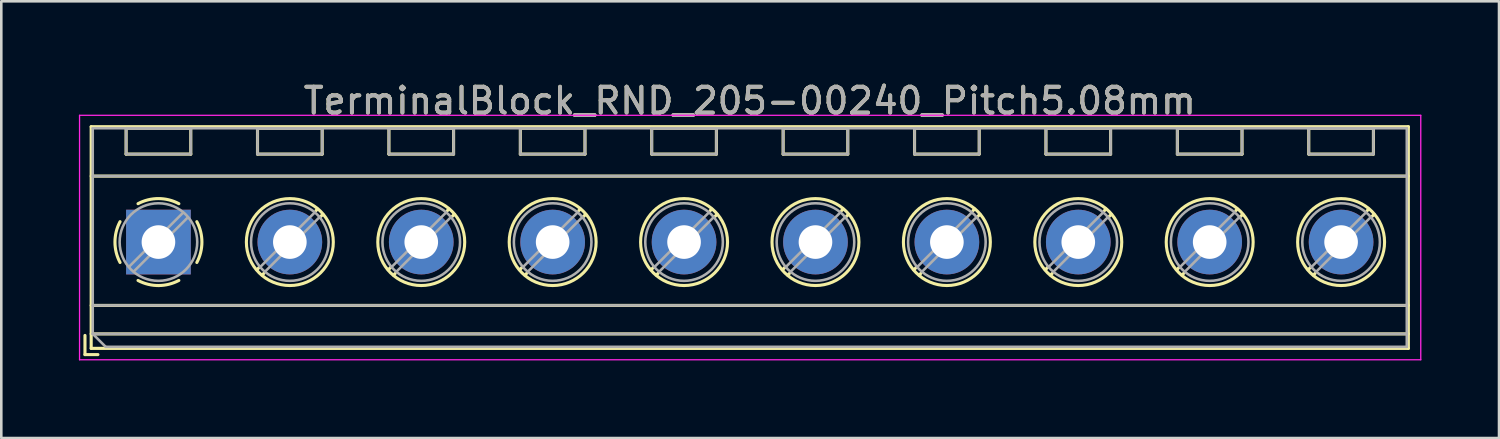
<source format=kicad_pcb>
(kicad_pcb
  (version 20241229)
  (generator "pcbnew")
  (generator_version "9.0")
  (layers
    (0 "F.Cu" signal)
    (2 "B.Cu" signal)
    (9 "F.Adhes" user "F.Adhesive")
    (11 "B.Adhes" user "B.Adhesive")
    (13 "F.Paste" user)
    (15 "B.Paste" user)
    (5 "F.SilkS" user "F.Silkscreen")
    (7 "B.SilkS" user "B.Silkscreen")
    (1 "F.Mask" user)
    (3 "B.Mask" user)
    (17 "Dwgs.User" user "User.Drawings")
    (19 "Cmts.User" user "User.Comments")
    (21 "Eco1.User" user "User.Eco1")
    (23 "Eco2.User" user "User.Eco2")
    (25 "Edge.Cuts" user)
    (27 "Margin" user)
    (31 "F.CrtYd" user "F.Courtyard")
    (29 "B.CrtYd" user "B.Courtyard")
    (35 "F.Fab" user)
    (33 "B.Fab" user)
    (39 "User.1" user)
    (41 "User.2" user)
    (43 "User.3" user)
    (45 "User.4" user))
  (footprint "TerminalBlock_RND_205-00240_Pitch5.08mm"
    (layer "F.Cu")
    (at 3.075 6.308)
    (property "Reference" "TerminalBlock_RND_205-00240_Pitch5.08mm" (at 22.86 -5.46 0) (layer "F.SilkS") (effects (font (size 1 1) (thickness 0.15))))
    (attr through_hole)
    (fp_line (start -2.84 3.61) (end -2.84 4.35) (stroke (width 0.12) (type solid)) (layer "F.SilkS"))
    (fp_line (start -2.84 4.35) (end -2.34 4.35) (stroke (width 0.12) (type solid)) (layer "F.SilkS"))
    (fp_line (start -2.6 -4.46) (end -2.6 4.11) (stroke (width 0.12) (type solid)) (layer "F.SilkS"))
    (fp_line (start -2.6 -2.55) (end 48.32 -2.55) (stroke (width 0.12) (type solid)) (layer "F.SilkS"))
    (fp_line (start -2.6 2.45) (end 48.32 2.45) (stroke (width 0.12) (type solid)) (layer "F.SilkS"))
    (fp_line (start -2.6 3.55) (end 48.32 3.55) (stroke (width 0.12) (type solid)) (layer "F.SilkS"))
    (fp_line (start -2.6 4.11) (end 48.32 4.11) (stroke (width 0.12) (type solid)) (layer "F.SilkS"))
    (fp_line (start -1.25 -4.4) (end -1.25 -3.4) (stroke (width 0.12) (type solid)) (layer "F.SilkS"))
    (fp_line (start -1.25 -4.4) (end 1.25 -4.4) (stroke (width 0.12) (type solid)) (layer "F.SilkS"))
    (fp_line (start -1.25 -3.4) (end 1.25 -3.4) (stroke (width 0.12) (type solid)) (layer "F.SilkS"))
    (fp_line (start 1.25 -4.4) (end 1.25 -3.4) (stroke (width 0.12) (type solid)) (layer "F.SilkS"))
    (fp_line (start 3.83 -4.4) (end 3.83 -3.4) (stroke (width 0.12) (type solid)) (layer "F.SilkS"))
    (fp_line (start 3.83 -4.4) (end 6.33 -4.4) (stroke (width 0.12) (type solid)) (layer "F.SilkS"))
    (fp_line (start 3.83 -3.4) (end 6.33 -3.4) (stroke (width 0.12) (type solid)) (layer "F.SilkS"))
    (fp_line (start 3.9 0.976) (end 3.806 1.069) (stroke (width 0.12) (type solid)) (layer "F.SilkS"))
    (fp_line (start 4.07 1.216) (end 4.011 1.274) (stroke (width 0.12) (type solid)) (layer "F.SilkS"))
    (fp_line (start 6.15 -1.275) (end 6.091 -1.216) (stroke (width 0.12) (type solid)) (layer "F.SilkS"))
    (fp_line (start 6.33 -4.4) (end 6.33 -3.4) (stroke (width 0.12) (type solid)) (layer "F.SilkS"))
    (fp_line (start 6.355 -1.069) (end 6.261 -0.976) (stroke (width 0.12) (type solid)) (layer "F.SilkS"))
    (fp_line (start 8.91 -4.4) (end 8.91 -3.4) (stroke (width 0.12) (type solid)) (layer "F.SilkS"))
    (fp_line (start 8.91 -4.4) (end 11.41 -4.4) (stroke (width 0.12) (type solid)) (layer "F.SilkS"))
    (fp_line (start 8.91 -3.4) (end 11.41 -3.4) (stroke (width 0.12) (type solid)) (layer "F.SilkS"))
    (fp_line (start 8.98 0.976) (end 8.886 1.069) (stroke (width 0.12) (type solid)) (layer "F.SilkS"))
    (fp_line (start 9.15 1.216) (end 9.091 1.274) (stroke (width 0.12) (type solid)) (layer "F.SilkS"))
    (fp_line (start 11.23 -1.275) (end 11.171 -1.216) (stroke (width 0.12) (type solid)) (layer "F.SilkS"))
    (fp_line (start 11.41 -4.4) (end 11.41 -3.4) (stroke (width 0.12) (type solid)) (layer "F.SilkS"))
    (fp_line (start 11.435 -1.069) (end 11.341 -0.976) (stroke (width 0.12) (type solid)) (layer "F.SilkS"))
    (fp_line (start 13.99 -4.4) (end 13.99 -3.4) (stroke (width 0.12) (type solid)) (layer "F.SilkS"))
    (fp_line (start 13.99 -4.4) (end 16.49 -4.4) (stroke (width 0.12) (type solid)) (layer "F.SilkS"))
    (fp_line (start 13.99 -3.4) (end 16.49 -3.4) (stroke (width 0.12) (type solid)) (layer "F.SilkS"))
    (fp_line (start 14.06 0.976) (end 13.966 1.069) (stroke (width 0.12) (type solid)) (layer "F.SilkS"))
    (fp_line (start 14.23 1.216) (end 14.171 1.274) (stroke (width 0.12) (type solid)) (layer "F.SilkS"))
    (fp_line (start 16.31 -1.275) (end 16.251 -1.216) (stroke (width 0.12) (type solid)) (layer "F.SilkS"))
    (fp_line (start 16.49 -4.4) (end 16.49 -3.4) (stroke (width 0.12) (type solid)) (layer "F.SilkS"))
    (fp_line (start 16.515 -1.069) (end 16.421 -0.976) (stroke (width 0.12) (type solid)) (layer "F.SilkS"))
    (fp_line (start 19.07 -4.4) (end 19.07 -3.4) (stroke (width 0.12) (type solid)) (layer "F.SilkS"))
    (fp_line (start 19.07 -4.4) (end 21.57 -4.4) (stroke (width 0.12) (type solid)) (layer "F.SilkS"))
    (fp_line (start 19.07 -3.4) (end 21.57 -3.4) (stroke (width 0.12) (type solid)) (layer "F.SilkS"))
    (fp_line (start 19.14 0.976) (end 19.046 1.069) (stroke (width 0.12) (type solid)) (layer "F.SilkS"))
    (fp_line (start 19.31 1.216) (end 19.251 1.274) (stroke (width 0.12) (type solid)) (layer "F.SilkS"))
    (fp_line (start 21.39 -1.275) (end 21.331 -1.216) (stroke (width 0.12) (type solid)) (layer "F.SilkS"))
    (fp_line (start 21.57 -4.4) (end 21.57 -3.4) (stroke (width 0.12) (type solid)) (layer "F.SilkS"))
    (fp_line (start 21.595 -1.069) (end 21.501 -0.976) (stroke (width 0.12) (type solid)) (layer "F.SilkS"))
    (fp_line (start 24.15 -4.4) (end 24.15 -3.4) (stroke (width 0.12) (type solid)) (layer "F.SilkS"))
    (fp_line (start 24.15 -4.4) (end 26.65 -4.4) (stroke (width 0.12) (type solid)) (layer "F.SilkS"))
    (fp_line (start 24.15 -3.4) (end 26.65 -3.4) (stroke (width 0.12) (type solid)) (layer "F.SilkS"))
    (fp_line (start 24.22 0.976) (end 24.126 1.069) (stroke (width 0.12) (type solid)) (layer "F.SilkS"))
    (fp_line (start 24.39 1.216) (end 24.331 1.274) (stroke (width 0.12) (type solid)) (layer "F.SilkS"))
    (fp_line (start 26.47 -1.275) (end 26.411 -1.216) (stroke (width 0.12) (type solid)) (layer "F.SilkS"))
    (fp_line (start 26.65 -4.4) (end 26.65 -3.4) (stroke (width 0.12) (type solid)) (layer "F.SilkS"))
    (fp_line (start 26.675 -1.069) (end 26.581 -0.976) (stroke (width 0.12) (type solid)) (layer "F.SilkS"))
    (fp_line (start 29.23 -4.4) (end 29.23 -3.4) (stroke (width 0.12) (type solid)) (layer "F.SilkS"))
    (fp_line (start 29.23 -4.4) (end 31.73 -4.4) (stroke (width 0.12) (type solid)) (layer "F.SilkS"))
    (fp_line (start 29.23 -3.4) (end 31.73 -3.4) (stroke (width 0.12) (type solid)) (layer "F.SilkS"))
    (fp_line (start 29.3 0.976) (end 29.206 1.069) (stroke (width 0.12) (type solid)) (layer "F.SilkS"))
    (fp_line (start 29.47 1.216) (end 29.411 1.274) (stroke (width 0.12) (type solid)) (layer "F.SilkS"))
    (fp_line (start 31.55 -1.275) (end 31.491 -1.216) (stroke (width 0.12) (type solid)) (layer "F.SilkS"))
    (fp_line (start 31.73 -4.4) (end 31.73 -3.4) (stroke (width 0.12) (type solid)) (layer "F.SilkS"))
    (fp_line (start 31.755 -1.069) (end 31.661 -0.976) (stroke (width 0.12) (type solid)) (layer "F.SilkS"))
    (fp_line (start 34.31 -4.4) (end 34.31 -3.4) (stroke (width 0.12) (type solid)) (layer "F.SilkS"))
    (fp_line (start 34.31 -4.4) (end 36.81 -4.4) (stroke (width 0.12) (type solid)) (layer "F.SilkS"))
    (fp_line (start 34.31 -3.4) (end 36.81 -3.4) (stroke (width 0.12) (type solid)) (layer "F.SilkS"))
    (fp_line (start 34.38 0.976) (end 34.286 1.069) (stroke (width 0.12) (type solid)) (layer "F.SilkS"))
    (fp_line (start 34.55 1.216) (end 34.491 1.274) (stroke (width 0.12) (type solid)) (layer "F.SilkS"))
    (fp_line (start 36.63 -1.275) (end 36.571 -1.216) (stroke (width 0.12) (type solid)) (layer "F.SilkS"))
    (fp_line (start 36.81 -4.4) (end 36.81 -3.4) (stroke (width 0.12) (type solid)) (layer "F.SilkS"))
    (fp_line (start 36.835 -1.069) (end 36.741 -0.976) (stroke (width 0.12) (type solid)) (layer "F.SilkS"))
    (fp_line (start 39.39 -4.4) (end 39.39 -3.4) (stroke (width 0.12) (type solid)) (layer "F.SilkS"))
    (fp_line (start 39.39 -4.4) (end 41.89 -4.4) (stroke (width 0.12) (type solid)) (layer "F.SilkS"))
    (fp_line (start 39.39 -3.4) (end 41.89 -3.4) (stroke (width 0.12) (type solid)) (layer "F.SilkS"))
    (fp_line (start 39.46 0.976) (end 39.366 1.069) (stroke (width 0.12) (type solid)) (layer "F.SilkS"))
    (fp_line (start 39.63 1.216) (end 39.571 1.274) (stroke (width 0.12) (type solid)) (layer "F.SilkS"))
    (fp_line (start 41.71 -1.275) (end 41.651 -1.216) (stroke (width 0.12) (type solid)) (layer "F.SilkS"))
    (fp_line (start 41.89 -4.4) (end 41.89 -3.4) (stroke (width 0.12) (type solid)) (layer "F.SilkS"))
    (fp_line (start 41.915 -1.069) (end 41.821 -0.976) (stroke (width 0.12) (type solid)) (layer "F.SilkS"))
    (fp_line (start 44.47 -4.4) (end 44.47 -3.4) (stroke (width 0.12) (type solid)) (layer "F.SilkS"))
    (fp_line (start 44.47 -4.4) (end 46.97 -4.4) (stroke (width 0.12) (type solid)) (layer "F.SilkS"))
    (fp_line (start 44.47 -3.4) (end 46.97 -3.4) (stroke (width 0.12) (type solid)) (layer "F.SilkS"))
    (fp_line (start 44.54 0.976) (end 44.446 1.069) (stroke (width 0.12) (type solid)) (layer "F.SilkS"))
    (fp_line (start 44.71 1.216) (end 44.651 1.274) (stroke (width 0.12) (type solid)) (layer "F.SilkS"))
    (fp_line (start 46.79 -1.275) (end 46.731 -1.216) (stroke (width 0.12) (type solid)) (layer "F.SilkS"))
    (fp_line (start 46.97 -4.4) (end 46.97 -3.4) (stroke (width 0.12) (type solid)) (layer "F.SilkS"))
    (fp_line (start 46.995 -1.069) (end 46.901 -0.976) (stroke (width 0.12) (type solid)) (layer "F.SilkS"))
    (fp_line (start 48.32 -4.46) (end -2.6 -4.46) (stroke (width 0.12) (type solid)) (layer "F.SilkS"))
    (fp_line (start 48.32 4.11) (end 48.32 -4.46) (stroke (width 0.12) (type solid)) (layer "F.SilkS"))
    (fp_arc (start -1.483953 0.789089) (mid -1.680708 0.00005) (end -1.484 -0.789) (stroke (width 0.12) (type solid)) (layer "F.SilkS"))
    (fp_arc (start -0.789089 -1.483953) (mid -0.00005 -1.680708) (end 0.789 -1.484) (stroke (width 0.12) (type solid)) (layer "F.SilkS"))
    (fp_arc (start 0.029383 1.68045) (mid -0.392304 1.634281) (end -0.789 1.484) (stroke (width 0.12) (type solid)) (layer "F.SilkS"))
    (fp_arc (start 0.788712 1.483352) (mid 0.406429 1.630097) (end 0 1.68) (stroke (width 0.12) (type solid)) (layer "F.SilkS"))
    (fp_arc (start 1.483953 -0.789089) (mid 1.680708 -0.00005) (end 1.484 0.789) (stroke (width 0.12) (type solid)) (layer "F.SilkS"))
    (fp_circle (center 5.08 0) (end 6.76 0) (stroke (width 0.12) (type solid)) (fill no) (layer "F.SilkS"))
    (fp_circle (center 10.16 0) (end 11.84 0) (stroke (width 0.12) (type solid)) (fill no) (layer "F.SilkS"))
    (fp_circle (center 15.24 0) (end 16.92 0) (stroke (width 0.12) (type solid)) (fill no) (layer "F.SilkS"))
    (fp_circle (center 20.32 0) (end 22 0) (stroke (width 0.12) (type solid)) (fill no) (layer "F.SilkS"))
    (fp_circle (center 25.4 0) (end 27.08 0) (stroke (width 0.12) (type solid)) (fill no) (layer "F.SilkS"))
    (fp_circle (center 30.48 0) (end 32.16 0) (stroke (width 0.12) (type solid)) (fill no) (layer "F.SilkS"))
    (fp_circle (center 35.56 0) (end 37.24 0) (stroke (width 0.12) (type solid)) (fill no) (layer "F.SilkS"))
    (fp_circle (center 40.64 0) (end 42.32 0) (stroke (width 0.12) (type solid)) (fill no) (layer "F.SilkS"))
    (fp_circle (center 45.72 0) (end 47.4 0) (stroke (width 0.12) (type solid)) (fill no) (layer "F.SilkS"))
    (fp_line (start -3.05 -4.9) (end -3.05 4.55) (stroke (width 0.05) (type solid)) (layer "F.CrtYd"))
    (fp_line (start -3.05 4.55) (end 48.8 4.55) (stroke (width 0.05) (type solid)) (layer "F.CrtYd"))
    (fp_line (start 48.8 -4.9) (end -3.05 -4.9) (stroke (width 0.05) (type solid)) (layer "F.CrtYd"))
    (fp_line (start 48.8 4.55) (end 48.8 -4.9) (stroke (width 0.05) (type solid)) (layer "F.CrtYd"))
    (fp_line (start -2.54 -4.4) (end 48.26 -4.4) (stroke (width 0.1) (type solid)) (layer "F.Fab"))
    (fp_line (start -2.54 -2.55) (end 48.26 -2.55) (stroke (width 0.1) (type solid)) (layer "F.Fab"))
    (fp_line (start -2.54 2.45) (end 48.26 2.45) (stroke (width 0.1) (type solid)) (layer "F.Fab"))
    (fp_line (start -2.54 3.55) (end -2.54 -4.4) (stroke (width 0.1) (type solid)) (layer "F.Fab"))
    (fp_line (start -2.54 3.55) (end 48.26 3.55) (stroke (width 0.1) (type solid)) (layer "F.Fab"))
    (fp_line (start -2.04 4.05) (end -2.54 3.55) (stroke (width 0.1) (type solid)) (layer "F.Fab"))
    (fp_line (start -1.25 -4.4) (end -1.25 -3.4) (stroke (width 0.1) (type solid)) (layer "F.Fab"))
    (fp_line (start -1.25 -3.4) (end 1.25 -3.4) (stroke (width 0.1) (type solid)) (layer "F.Fab"))
    (fp_line (start 0.955 -1.138) (end -1.138 0.955) (stroke (width 0.1) (type solid)) (layer "F.Fab"))
    (fp_line (start 1.138 -0.955) (end -0.955 1.138) (stroke (width 0.1) (type solid)) (layer "F.Fab"))
    (fp_line (start 1.25 -4.4) (end -1.25 -4.4) (stroke (width 0.1) (type solid)) (layer "F.Fab"))
    (fp_line (start 1.25 -3.4) (end 1.25 -4.4) (stroke (width 0.1) (type solid)) (layer "F.Fab"))
    (fp_line (start 3.83 -4.4) (end 3.83 -3.4) (stroke (width 0.1) (type solid)) (layer "F.Fab"))
    (fp_line (start 3.83 -3.4) (end 6.33 -3.4) (stroke (width 0.1) (type solid)) (layer "F.Fab"))
    (fp_line (start 6.035 -1.138) (end 3.943 0.955) (stroke (width 0.1) (type solid)) (layer "F.Fab"))
    (fp_line (start 6.218 -0.955) (end 4.126 1.138) (stroke (width 0.1) (type solid)) (layer "F.Fab"))
    (fp_line (start 6.33 -4.4) (end 3.83 -4.4) (stroke (width 0.1) (type solid)) (layer "F.Fab"))
    (fp_line (start 6.33 -3.4) (end 6.33 -4.4) (stroke (width 0.1) (type solid)) (layer "F.Fab"))
    (fp_line (start 8.91 -4.4) (end 8.91 -3.4) (stroke (width 0.1) (type solid)) (layer "F.Fab"))
    (fp_line (start 8.91 -3.4) (end 11.41 -3.4) (stroke (width 0.1) (type solid)) (layer "F.Fab"))
    (fp_line (start 11.115 -1.138) (end 9.023 0.955) (stroke (width 0.1) (type solid)) (layer "F.Fab"))
    (fp_line (start 11.298 -0.955) (end 9.206 1.138) (stroke (width 0.1) (type solid)) (layer "F.Fab"))
    (fp_line (start 11.41 -4.4) (end 8.91 -4.4) (stroke (width 0.1) (type solid)) (layer "F.Fab"))
    (fp_line (start 11.41 -3.4) (end 11.41 -4.4) (stroke (width 0.1) (type solid)) (layer "F.Fab"))
    (fp_line (start 13.99 -4.4) (end 13.99 -3.4) (stroke (width 0.1) (type solid)) (layer "F.Fab"))
    (fp_line (start 13.99 -3.4) (end 16.49 -3.4) (stroke (width 0.1) (type solid)) (layer "F.Fab"))
    (fp_line (start 16.195 -1.138) (end 14.103 0.955) (stroke (width 0.1) (type solid)) (layer "F.Fab"))
    (fp_line (start 16.378 -0.955) (end 14.286 1.138) (stroke (width 0.1) (type solid)) (layer "F.Fab"))
    (fp_line (start 16.49 -4.4) (end 13.99 -4.4) (stroke (width 0.1) (type solid)) (layer "F.Fab"))
    (fp_line (start 16.49 -3.4) (end 16.49 -4.4) (stroke (width 0.1) (type solid)) (layer "F.Fab"))
    (fp_line (start 19.07 -4.4) (end 19.07 -3.4) (stroke (width 0.1) (type solid)) (layer "F.Fab"))
    (fp_line (start 19.07 -3.4) (end 21.57 -3.4) (stroke (width 0.1) (type solid)) (layer "F.Fab"))
    (fp_line (start 21.275 -1.138) (end 19.183 0.955) (stroke (width 0.1) (type solid)) (layer "F.Fab"))
    (fp_line (start 21.458 -0.955) (end 19.366 1.138) (stroke (width 0.1) (type solid)) (layer "F.Fab"))
    (fp_line (start 21.57 -4.4) (end 19.07 -4.4) (stroke (width 0.1) (type solid)) (layer "F.Fab"))
    (fp_line (start 21.57 -3.4) (end 21.57 -4.4) (stroke (width 0.1) (type solid)) (layer "F.Fab"))
    (fp_line (start 24.15 -4.4) (end 24.15 -3.4) (stroke (width 0.1) (type solid)) (layer "F.Fab"))
    (fp_line (start 24.15 -3.4) (end 26.65 -3.4) (stroke (width 0.1) (type solid)) (layer "F.Fab"))
    (fp_line (start 26.355 -1.138) (end 24.263 0.955) (stroke (width 0.1) (type solid)) (layer "F.Fab"))
    (fp_line (start 26.538 -0.955) (end 24.446 1.138) (stroke (width 0.1) (type solid)) (layer "F.Fab"))
    (fp_line (start 26.65 -4.4) (end 24.15 -4.4) (stroke (width 0.1) (type solid)) (layer "F.Fab"))
    (fp_line (start 26.65 -3.4) (end 26.65 -4.4) (stroke (width 0.1) (type solid)) (layer "F.Fab"))
    (fp_line (start 29.23 -4.4) (end 29.23 -3.4) (stroke (width 0.1) (type solid)) (layer "F.Fab"))
    (fp_line (start 29.23 -3.4) (end 31.73 -3.4) (stroke (width 0.1) (type solid)) (layer "F.Fab"))
    (fp_line (start 31.435 -1.138) (end 29.343 0.955) (stroke (width 0.1) (type solid)) (layer "F.Fab"))
    (fp_line (start 31.618 -0.955) (end 29.526 1.138) (stroke (width 0.1) (type solid)) (layer "F.Fab"))
    (fp_line (start 31.73 -4.4) (end 29.23 -4.4) (stroke (width 0.1) (type solid)) (layer "F.Fab"))
    (fp_line (start 31.73 -3.4) (end 31.73 -4.4) (stroke (width 0.1) (type solid)) (layer "F.Fab"))
    (fp_line (start 34.31 -4.4) (end 34.31 -3.4) (stroke (width 0.1) (type solid)) (layer "F.Fab"))
    (fp_line (start 34.31 -3.4) (end 36.81 -3.4) (stroke (width 0.1) (type solid)) (layer "F.Fab"))
    (fp_line (start 36.515 -1.138) (end 34.423 0.955) (stroke (width 0.1) (type solid)) (layer "F.Fab"))
    (fp_line (start 36.698 -0.955) (end 34.606 1.138) (stroke (width 0.1) (type solid)) (layer "F.Fab"))
    (fp_line (start 36.81 -4.4) (end 34.31 -4.4) (stroke (width 0.1) (type solid)) (layer "F.Fab"))
    (fp_line (start 36.81 -3.4) (end 36.81 -4.4) (stroke (width 0.1) (type solid)) (layer "F.Fab"))
    (fp_line (start 39.39 -4.4) (end 39.39 -3.4) (stroke (width 0.1) (type solid)) (layer "F.Fab"))
    (fp_line (start 39.39 -3.4) (end 41.89 -3.4) (stroke (width 0.1) (type solid)) (layer "F.Fab"))
    (fp_line (start 41.595 -1.138) (end 39.503 0.955) (stroke (width 0.1) (type solid)) (layer "F.Fab"))
    (fp_line (start 41.778 -0.955) (end 39.686 1.138) (stroke (width 0.1) (type solid)) (layer "F.Fab"))
    (fp_line (start 41.89 -4.4) (end 39.39 -4.4) (stroke (width 0.1) (type solid)) (layer "F.Fab"))
    (fp_line (start 41.89 -3.4) (end 41.89 -4.4) (stroke (width 0.1) (type solid)) (layer "F.Fab"))
    (fp_line (start 44.47 -4.4) (end 44.47 -3.4) (stroke (width 0.1) (type solid)) (layer "F.Fab"))
    (fp_line (start 44.47 -3.4) (end 46.97 -3.4) (stroke (width 0.1) (type solid)) (layer "F.Fab"))
    (fp_line (start 46.675 -1.138) (end 44.583 0.955) (stroke (width 0.1) (type solid)) (layer "F.Fab"))
    (fp_line (start 46.858 -0.955) (end 44.766 1.138) (stroke (width 0.1) (type solid)) (layer "F.Fab"))
    (fp_line (start 46.97 -4.4) (end 44.47 -4.4) (stroke (width 0.1) (type solid)) (layer "F.Fab"))
    (fp_line (start 46.97 -3.4) (end 46.97 -4.4) (stroke (width 0.1) (type solid)) (layer "F.Fab"))
    (fp_line (start 48.26 -4.4) (end 48.26 4.05) (stroke (width 0.1) (type solid)) (layer "F.Fab"))
    (fp_line (start 48.26 4.05) (end -2.04 4.05) (stroke (width 0.1) (type solid)) (layer "F.Fab"))
    (fp_circle (center 0 0) (end 1.5 0) (stroke (width 0.1) (type solid)) (fill no) (layer "F.Fab"))
    (fp_circle (center 5.08 0) (end 6.58 0) (stroke (width 0.1) (type solid)) (fill no) (layer "F.Fab"))
    (fp_circle (center 10.16 0) (end 11.66 0) (stroke (width 0.1) (type solid)) (fill no) (layer "F.Fab"))
    (fp_circle (center 15.24 0) (end 16.74 0) (stroke (width 0.1) (type solid)) (fill no) (layer "F.Fab"))
    (fp_circle (center 20.32 0) (end 21.82 0) (stroke (width 0.1) (type solid)) (fill no) (layer "F.Fab"))
    (fp_circle (center 25.4 0) (end 26.9 0) (stroke (width 0.1) (type solid)) (fill no) (layer "F.Fab"))
    (fp_circle (center 30.48 0) (end 31.98 0) (stroke (width 0.1) (type solid)) (fill no) (layer "F.Fab"))
    (fp_circle (center 35.56 0) (end 37.06 0) (stroke (width 0.1) (type solid)) (fill no) (layer "F.Fab"))
    (fp_circle (center 40.64 0) (end 42.14 0) (stroke (width 0.1) (type solid)) (fill no) (layer "F.Fab"))
    (fp_circle (center 45.72 0) (end 47.22 0) (stroke (width 0.1) (type solid)) (fill no) (layer "F.Fab"))
    (fp_text user "${REFERENCE}" (at 22.86 -5.46 0) (layer "F.Fab") (effects (font (size 1 1) (thickness 0.15))))
    (pad "1" thru_hole rect (at 0 0) (size 2.5 2.5) (drill 1.3) (layers "*.Cu" "*.Mask"))
    (pad "2" thru_hole circle (at 5.08 0) (size 2.5 2.5) (drill 1.3) (layers "*.Cu" "*.Mask"))
    (pad "3" thru_hole circle (at 10.16 0) (size 2.5 2.5) (drill 1.3) (layers "*.Cu" "*.Mask"))
    (pad "4" thru_hole circle (at 15.24 0) (size 2.5 2.5) (drill 1.3) (layers "*.Cu" "*.Mask"))
    (pad "5" thru_hole circle (at 20.32 0) (size 2.5 2.5) (drill 1.3) (layers "*.Cu" "*.Mask"))
    (pad "6" thru_hole circle (at 25.4 0) (size 2.5 2.5) (drill 1.3) (layers "*.Cu" "*.Mask"))
    (pad "7" thru_hole circle (at 30.48 0) (size 2.5 2.5) (drill 1.3) (layers "*.Cu" "*.Mask"))
    (pad "8" thru_hole circle (at 35.56 0) (size 2.5 2.5) (drill 1.3) (layers "*.Cu" "*.Mask"))
    (pad "9" thru_hole circle (at 40.64 0) (size 2.5 2.5) (drill 1.3) (layers "*.Cu" "*.Mask"))
    (pad "10" thru_hole circle (at 45.72 0) (size 2.5 2.5) (drill 1.3) (layers "*.Cu" "*.Mask")))
  (gr_rect
    (start -3 -3)
    (end 54.9 13.883)
    (stroke (width 0.1) (type default))
    (fill no)
    (layer "Edge.Cuts")))
</source>
